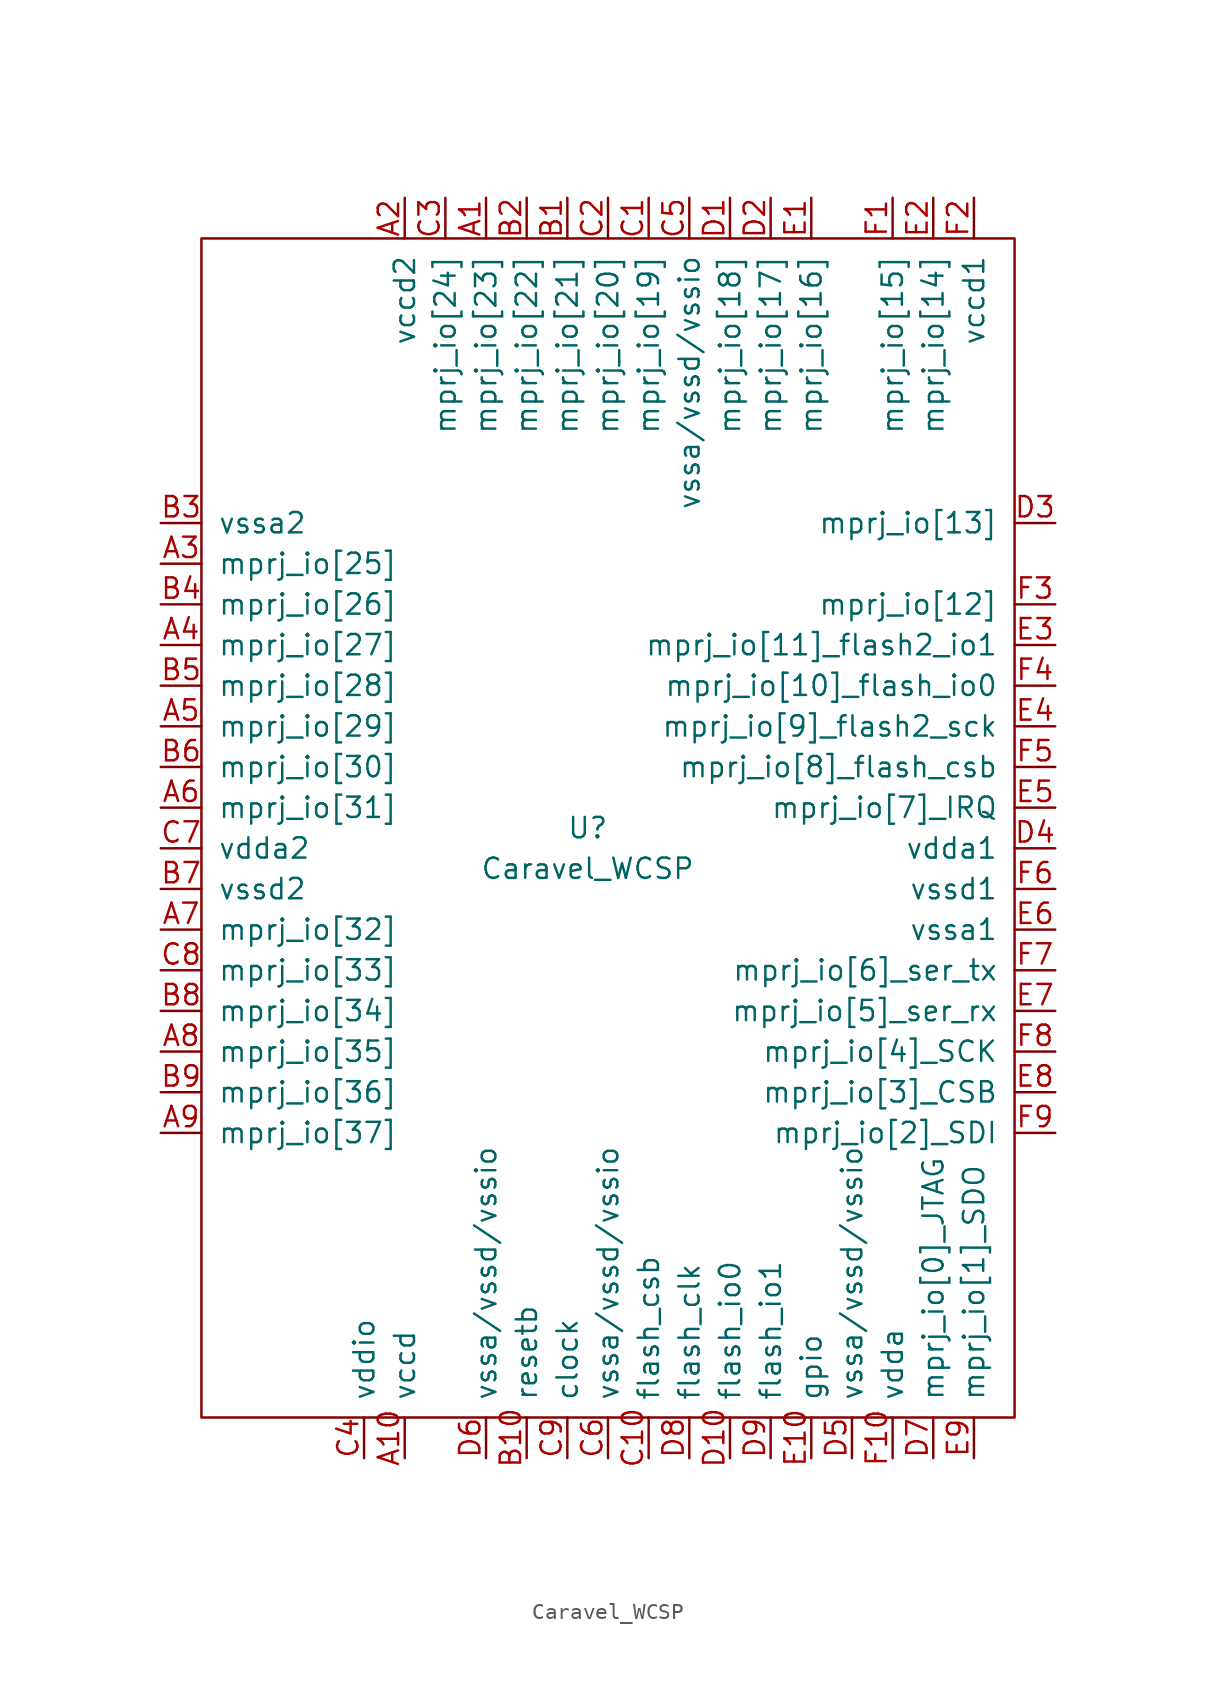
<source format=kicad_sym>
(kicad_symbol_lib
  (version 20211014)
  (generator kicad_symbol_editor)
  (symbol "Caravel_WCSP"
    (pin_names
      (offset 1.016))
    (property "Reference" "U"
      (at 0 -5.08 0)
      (effects (font (size 1.27 1.27))))
    (property "Value" "Caravel_WCSP"
      (at 0 -7.62 0)
      (effects (font (size 1.27 1.27))))
    (symbol "Caravel_WCSP_0_1"
      (rectangle (start -24.13 31.75) (end 26.67 -41.91) (stroke (width 0) (type default) (color 0 0 0 0)) (fill (type none))))
    (symbol "Caravel_WCSP_1_1"
      (pin bidirectional line (at -6.35 34.29 270) (length 2.54) (name "mprj_io[23]" (effects (font (size 1.27 1.27)))) (number "A1" (effects (font (size 1.27 1.27)))))
      (pin power_in line (at -11.43 -44.45 90) (length 2.54) (name "vccd" (effects (font (size 1.27 1.27)))) (number "A10" (effects (font (size 1.27 1.27)))))
      (pin power_in line (at -11.43 34.29 270) (length 2.54) (name "vccd2" (effects (font (size 1.27 1.27)))) (number "A2" (effects (font (size 1.27 1.27)))))
      (pin bidirectional line (at -26.67 11.43 0) (length 2.54) (name "mprj_io[25]" (effects (font (size 1.27 1.27)))) (number "A3" (effects (font (size 1.27 1.27)))))
      (pin bidirectional line (at -26.67 6.35 0) (length 2.54) (name "mprj_io[27]" (effects (font (size 1.27 1.27)))) (number "A4" (effects (font (size 1.27 1.27)))))
      (pin bidirectional line (at -26.67 1.27 0) (length 2.54) (name "mprj_io[29]" (effects (font (size 1.27 1.27)))) (number "A5" (effects (font (size 1.27 1.27)))))
      (pin bidirectional line (at -26.67 -3.81 0) (length 2.54) (name "mprj_io[31]" (effects (font (size 1.27 1.27)))) (number "A6" (effects (font (size 1.27 1.27)))))
      (pin bidirectional line (at -26.67 -11.43 0) (length 2.54) (name "mprj_io[32]" (effects (font (size 1.27 1.27)))) (number "A7" (effects (font (size 1.27 1.27)))))
      (pin bidirectional line (at -26.67 -19.05 0) (length 2.54) (name "mprj_io[35]" (effects (font (size 1.27 1.27)))) (number "A8" (effects (font (size 1.27 1.27)))))
      (pin bidirectional line (at -26.67 -24.13 0) (length 2.54) (name "mprj_io[37]" (effects (font (size 1.27 1.27)))) (number "A9" (effects (font (size 1.27 1.27)))))
      (pin bidirectional line (at -1.27 34.29 270) (length 2.54) (name "mprj_io[21]" (effects (font (size 1.27 1.27)))) (number "B1" (effects (font (size 1.27 1.27)))))
      (pin input line (at -3.81 -44.45 90) (length 2.54) (name "resetb" (effects (font (size 1.27 1.27)))) (number "B10" (effects (font (size 1.27 1.27)))))
      (pin bidirectional line (at -3.81 34.29 270) (length 2.54) (name "mprj_io[22]" (effects (font (size 1.27 1.27)))) (number "B2" (effects (font (size 1.27 1.27)))))
      (pin power_in line (at -26.67 13.97 0) (length 2.54) (name "vssa2" (effects (font (size 1.27 1.27)))) (number "B3" (effects (font (size 1.27 1.27)))))
      (pin bidirectional line (at -26.67 8.89 0) (length 2.54) (name "mprj_io[26]" (effects (font (size 1.27 1.27)))) (number "B4" (effects (font (size 1.27 1.27)))))
      (pin bidirectional line (at -26.67 3.81 0) (length 2.54) (name "mprj_io[28]" (effects (font (size 1.27 1.27)))) (number "B5" (effects (font (size 1.27 1.27)))))
      (pin bidirectional line (at -26.67 -1.27 0) (length 2.54) (name "mprj_io[30]" (effects (font (size 1.27 1.27)))) (number "B6" (effects (font (size 1.27 1.27)))))
      (pin power_in line (at -26.67 -8.89 0) (length 2.54) (name "vssd2" (effects (font (size 1.27 1.27)))) (number "B7" (effects (font (size 1.27 1.27)))))
      (pin bidirectional line (at -26.67 -16.51 0) (length 2.54) (name "mprj_io[34]" (effects (font (size 1.27 1.27)))) (number "B8" (effects (font (size 1.27 1.27)))))
      (pin bidirectional line (at -26.67 -21.59 0) (length 2.54) (name "mprj_io[36]" (effects (font (size 1.27 1.27)))) (number "B9" (effects (font (size 1.27 1.27)))))
      (pin bidirectional line (at 3.81 34.29 270) (length 2.54) (name "mprj_io[19]" (effects (font (size 1.27 1.27)))) (number "C1" (effects (font (size 1.27 1.27)))))
      (pin output line (at 3.81 -44.45 90) (length 2.54) (name "flash_csb" (effects (font (size 1.27 1.27)))) (number "C10" (effects (font (size 1.27 1.27)))))
      (pin bidirectional line (at 1.27 34.29 270) (length 2.54) (name "mprj_io[20]" (effects (font (size 1.27 1.27)))) (number "C2" (effects (font (size 1.27 1.27)))))
      (pin bidirectional line (at -8.89 34.29 270) (length 2.54) (name "mprj_io[24]" (effects (font (size 1.27 1.27)))) (number "C3" (effects (font (size 1.27 1.27)))))
      (pin power_in line (at -13.97 -44.45 90) (length 2.54) (name "vddio" (effects (font (size 1.27 1.27)))) (number "C4" (effects (font (size 1.27 1.27)))))
      (pin power_in line (at 6.35 34.29 270) (length 2.54) (name "vssa/vssd/vssio" (effects (font (size 1.27 1.27)))) (number "C5" (effects (font (size 1.27 1.27)))))
      (pin power_in line (at 1.27 -44.45 90) (length 2.54) (name "vssa/vssd/vssio" (effects (font (size 1.27 1.27)))) (number "C6" (effects (font (size 1.27 1.27)))))
      (pin power_in line (at -26.67 -6.35 0) (length 2.54) (name "vdda2" (effects (font (size 1.27 1.27)))) (number "C7" (effects (font (size 1.27 1.27)))))
      (pin bidirectional line (at -26.67 -13.97 0) (length 2.54) (name "mprj_io[33]" (effects (font (size 1.27 1.27)))) (number "C8" (effects (font (size 1.27 1.27)))))
      (pin input line (at -1.27 -44.45 90) (length 2.54) (name "clock" (effects (font (size 1.27 1.27)))) (number "C9" (effects (font (size 1.27 1.27)))))
      (pin bidirectional line (at 8.89 34.29 270) (length 2.54) (name "mprj_io[18]" (effects (font (size 1.27 1.27)))) (number "D1" (effects (font (size 1.27 1.27)))))
      (pin bidirectional line (at 8.89 -44.45 90) (length 2.54) (name "flash_io0" (effects (font (size 1.27 1.27)))) (number "D10" (effects (font (size 1.27 1.27)))))
      (pin bidirectional line (at 11.43 34.29 270) (length 2.54) (name "mprj_io[17]" (effects (font (size 1.27 1.27)))) (number "D2" (effects (font (size 1.27 1.27)))))
      (pin bidirectional line (at 29.21 13.97 180) (length 2.54) (name "mprj_io[13]" (effects (font (size 1.27 1.27)))) (number "D3" (effects (font (size 1.27 1.27)))))
      (pin power_in line (at 29.21 -6.35 180) (length 2.54) (name "vdda1" (effects (font (size 1.27 1.27)))) (number "D4" (effects (font (size 1.27 1.27)))))
      (pin power_in line (at 16.51 -44.45 90) (length 2.54) (name "vssa/vssd/vssio" (effects (font (size 1.27 1.27)))) (number "D5" (effects (font (size 1.27 1.27)))))
      (pin power_in line (at -6.35 -44.45 90) (length 2.54) (name "vssa/vssd/vssio" (effects (font (size 1.27 1.27)))) (number "D6" (effects (font (size 1.27 1.27)))))
      (pin bidirectional line (at 21.59 -44.45 90) (length 2.54) (name "mprj_io[0]_JTAG" (effects (font (size 1.27 1.27)))) (number "D7" (effects (font (size 1.27 1.27)))))
      (pin output line (at 6.35 -44.45 90) (length 2.54) (name "flash_clk" (effects (font (size 1.27 1.27)))) (number "D8" (effects (font (size 1.27 1.27)))))
      (pin bidirectional line (at 11.43 -44.45 90) (length 2.54) (name "flash_io1" (effects (font (size 1.27 1.27)))) (number "D9" (effects (font (size 1.27 1.27)))))
      (pin bidirectional line (at 13.97 34.29 270) (length 2.54) (name "mprj_io[16]" (effects (font (size 1.27 1.27)))) (number "E1" (effects (font (size 1.27 1.27)))))
      (pin bidirectional line (at 13.97 -44.45 90) (length 2.54) (name "gpio" (effects (font (size 1.27 1.27)))) (number "E10" (effects (font (size 1.27 1.27)))))
      (pin bidirectional line (at 21.59 34.29 270) (length 2.54) (name "mprj_io[14]" (effects (font (size 1.27 1.27)))) (number "E2" (effects (font (size 1.27 1.27)))))
      (pin bidirectional line (at 29.21 6.35 180) (length 2.54) (name "mprj_io[11]_flash2_io1" (effects (font (size 1.27 1.27)))) (number "E3" (effects (font (size 1.27 1.27)))))
      (pin bidirectional line (at 29.21 1.27 180) (length 2.54) (name "mprj_io[9]_flash2_sck" (effects (font (size 1.27 1.27)))) (number "E4" (effects (font (size 1.27 1.27)))))
      (pin bidirectional line (at 29.21 -3.81 180) (length 2.54) (name "mprj_io[7]_IRQ" (effects (font (size 1.27 1.27)))) (number "E5" (effects (font (size 1.27 1.27)))))
      (pin power_in line (at 29.21 -11.43 180) (length 2.54) (name "vssa1" (effects (font (size 1.27 1.27)))) (number "E6" (effects (font (size 1.27 1.27)))))
      (pin bidirectional line (at 29.21 -16.51 180) (length 2.54) (name "mprj_io[5]_ser_rx" (effects (font (size 1.27 1.27)))) (number "E7" (effects (font (size 1.27 1.27)))))
      (pin bidirectional line (at 29.21 -21.59 180) (length 2.54) (name "mprj_io[3]_CSB" (effects (font (size 1.27 1.27)))) (number "E8" (effects (font (size 1.27 1.27)))))
      (pin bidirectional line (at 24.13 -44.45 90) (length 2.54) (name "mprj_io[1]_SDO" (effects (font (size 1.27 1.27)))) (number "E9" (effects (font (size 1.27 1.27)))))
      (pin bidirectional line (at 19.05 34.29 270) (length 2.54) (name "mprj_io[15]" (effects (font (size 1.27 1.27)))) (number "F1" (effects (font (size 1.27 1.27)))))
      (pin power_in line (at 19.05 -44.45 90) (length 2.54) (name "vdda" (effects (font (size 1.27 1.27)))) (number "F10" (effects (font (size 1.27 1.27)))))
      (pin power_in line (at 24.13 34.29 270) (length 2.54) (name "vccd1" (effects (font (size 1.27 1.27)))) (number "F2" (effects (font (size 1.27 1.27)))))
      (pin bidirectional line (at 29.21 8.89 180) (length 2.54) (name "mprj_io[12]" (effects (font (size 1.27 1.27)))) (number "F3" (effects (font (size 1.27 1.27)))))
      (pin bidirectional line (at 29.21 3.81 180) (length 2.54) (name "mprj_io[10]_flash_io0" (effects (font (size 1.27 1.27)))) (number "F4" (effects (font (size 1.27 1.27)))))
      (pin bidirectional line (at 29.21 -1.27 180) (length 2.54) (name "mprj_io[8]_flash_csb" (effects (font (size 1.27 1.27)))) (number "F5" (effects (font (size 1.27 1.27)))))
      (pin power_in line (at 29.21 -8.89 180) (length 2.54) (name "vssd1" (effects (font (size 1.27 1.27)))) (number "F6" (effects (font (size 1.27 1.27)))))
      (pin bidirectional line (at 29.21 -13.97 180) (length 2.54) (name "mprj_io[6]_ser_tx" (effects (font (size 1.27 1.27)))) (number "F7" (effects (font (size 1.27 1.27)))))
      (pin bidirectional line (at 29.21 -19.05 180) (length 2.54) (name "mprj_io[4]_SCK" (effects (font (size 1.27 1.27)))) (number "F8" (effects (font (size 1.27 1.27)))))
      (pin bidirectional line (at 29.21 -24.13 180) (length 2.54) (name "mprj_io[2]_SDI" (effects (font (size 1.27 1.27)))) (number "F9" (effects (font (size 1.27 1.27))))))))
</source>
